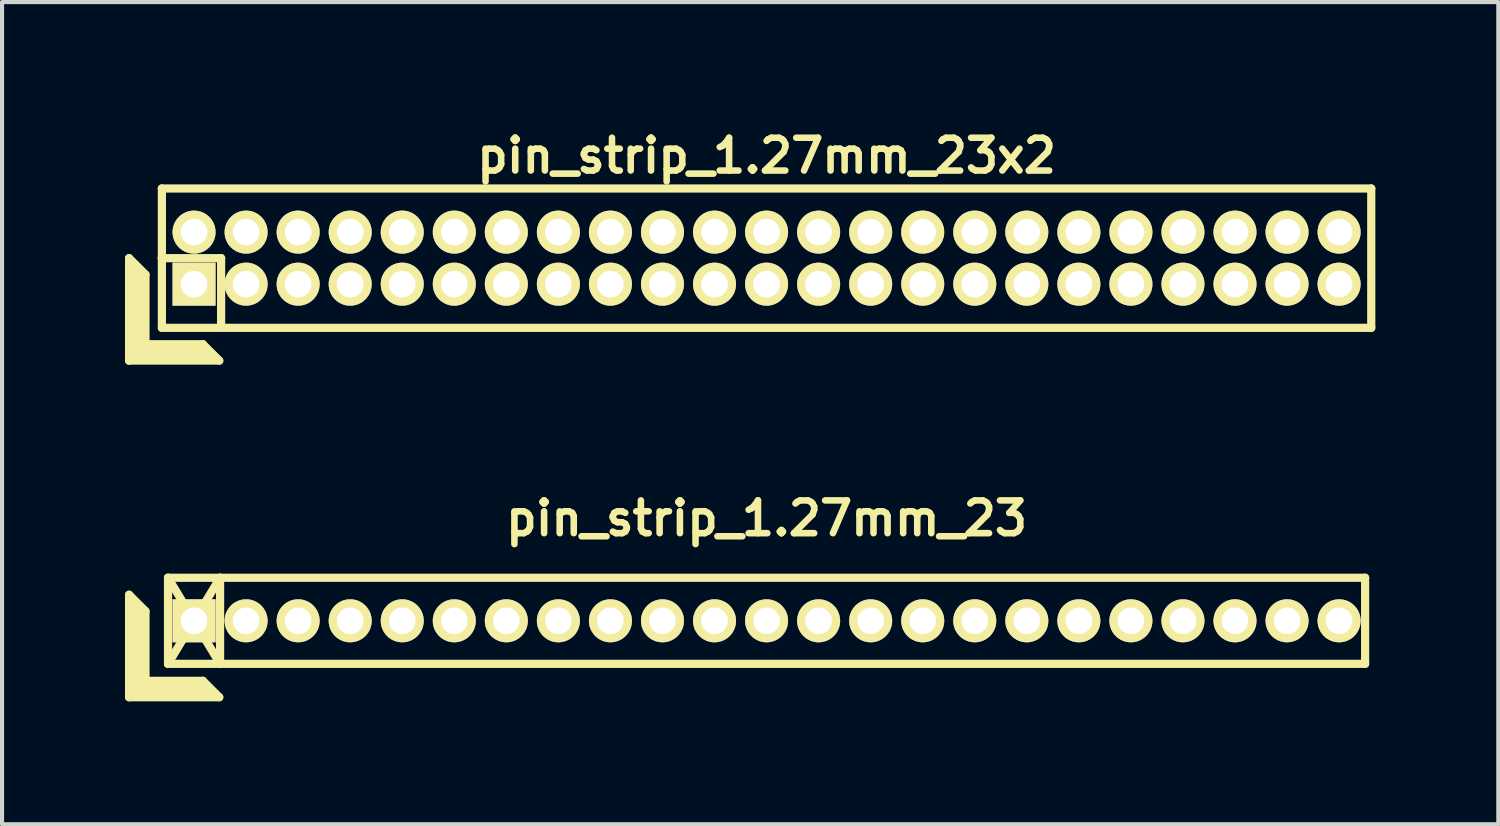
<source format=kicad_pcb>
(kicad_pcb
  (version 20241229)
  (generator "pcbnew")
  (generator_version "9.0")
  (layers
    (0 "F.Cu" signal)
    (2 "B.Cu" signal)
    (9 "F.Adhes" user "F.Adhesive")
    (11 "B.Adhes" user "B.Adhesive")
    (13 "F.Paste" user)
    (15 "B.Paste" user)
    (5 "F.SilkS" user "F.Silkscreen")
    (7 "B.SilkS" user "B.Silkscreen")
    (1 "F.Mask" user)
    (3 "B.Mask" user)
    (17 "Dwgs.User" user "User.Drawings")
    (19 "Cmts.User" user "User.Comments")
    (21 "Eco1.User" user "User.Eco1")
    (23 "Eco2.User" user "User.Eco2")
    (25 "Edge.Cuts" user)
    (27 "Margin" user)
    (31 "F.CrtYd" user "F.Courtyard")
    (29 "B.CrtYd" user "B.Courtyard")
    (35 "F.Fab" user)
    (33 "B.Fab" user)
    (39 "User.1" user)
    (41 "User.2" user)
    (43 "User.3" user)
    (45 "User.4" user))
  (footprint "pin_strip_1.27mm_23"
    (layer "F.Cu")
    (at 15.655 12.098)
    (property "Reference" "pin_strip_1.27mm_23" (at 0 -2.5 0) (layer "F.SilkS") (effects (font (size 0.8 0.8) (thickness 0.16))))
    (attr through_hole)
    (fp_line (start -15.555 -0.635) (end -15.555 1.865) (stroke (width 0.2) (type solid)) (layer "F.SilkS"))
    (fp_line (start -15.555 -0.635) (end -15.155 -0.235) (stroke (width 0.2) (type solid)) (layer "F.SilkS"))
    (fp_line (start -15.555 1.865) (end -13.355 1.865) (stroke (width 0.2) (type solid)) (layer "F.SilkS"))
    (fp_line (start -15.455 1.765) (end -15.455 -0.435) (stroke (width 0.2) (type solid)) (layer "F.SilkS"))
    (fp_line (start -15.455 1.765) (end -13.555 1.765) (stroke (width 0.2) (type solid)) (layer "F.SilkS"))
    (fp_line (start -15.355 1.665) (end -15.355 -0.335) (stroke (width 0.2) (type solid)) (layer "F.SilkS"))
    (fp_line (start -15.355 1.665) (end -13.655 1.665) (stroke (width 0.2) (type solid)) (layer "F.SilkS"))
    (fp_line (start -15.255 1.565) (end -15.255 -0.235) (stroke (width 0.2) (type solid)) (layer "F.SilkS"))
    (fp_line (start -15.255 1.565) (end -13.755 1.565) (stroke (width 0.2) (type solid)) (layer "F.SilkS"))
    (fp_line (start -15.155 1.465) (end -15.155 -0.235) (stroke (width 0.2) (type solid)) (layer "F.SilkS"))
    (fp_line (start -15.155 1.465) (end -13.755 1.465) (stroke (width 0.2) (type solid)) (layer "F.SilkS"))
    (fp_line (start -14.605 -1.05) (end -13.335 1.05) (stroke (width 0.2) (type solid)) (layer "F.SilkS"))
    (fp_line (start -14.605 -1.05) (end 14.605 -1.05) (stroke (width 0.2) (type solid)) (layer "F.SilkS"))
    (fp_line (start -14.605 1.05) (end -14.605 -1.05) (stroke (width 0.2) (type solid)) (layer "F.SilkS"))
    (fp_line (start -14.605 1.05) (end -13.335 -1.05) (stroke (width 0.2) (type solid)) (layer "F.SilkS"))
    (fp_line (start -13.755 1.465) (end -13.355 1.865) (stroke (width 0.2) (type solid)) (layer "F.SilkS"))
    (fp_line (start -13.335 -1.05) (end -13.335 1.05) (stroke (width 0.2) (type solid)) (layer "F.SilkS"))
    (fp_line (start 14.605 -1.05) (end 14.605 1.05) (stroke (width 0.2) (type solid)) (layer "F.SilkS"))
    (fp_line (start 14.605 1.05) (end -14.605 1.05) (stroke (width 0.2) (type solid)) (layer "F.SilkS"))
    (pad "1" thru_hole rect (at -13.97 0) (size 1.05 1.05) (drill 0.65) (layers "*.Cu" "*.Mask" "F.SilkS"))
    (pad "2" thru_hole oval (at -12.7 0) (size 1.05 1.05) (drill 0.65) (layers "*.Cu" "*.Mask" "F.SilkS"))
    (pad "3" thru_hole oval (at -11.43 0) (size 1.05 1.05) (drill 0.65) (layers "*.Cu" "*.Mask" "F.SilkS"))
    (pad "4" thru_hole oval (at -10.16 0) (size 1.05 1.05) (drill 0.65) (layers "*.Cu" "*.Mask" "F.SilkS"))
    (pad "5" thru_hole oval (at -8.89 0) (size 1.05 1.05) (drill 0.65) (layers "*.Cu" "*.Mask" "F.SilkS"))
    (pad "6" thru_hole oval (at -7.62 0) (size 1.05 1.05) (drill 0.65) (layers "*.Cu" "*.Mask" "F.SilkS"))
    (pad "7" thru_hole oval (at -6.35 0) (size 1.05 1.05) (drill 0.65) (layers "*.Cu" "*.Mask" "F.SilkS"))
    (pad "8" thru_hole oval (at -5.08 0) (size 1.05 1.05) (drill 0.65) (layers "*.Cu" "*.Mask" "F.SilkS"))
    (pad "9" thru_hole oval (at -3.81 0) (size 1.05 1.05) (drill 0.65) (layers "*.Cu" "*.Mask" "F.SilkS"))
    (pad "10" thru_hole oval (at -2.54 0) (size 1.05 1.05) (drill 0.65) (layers "*.Cu" "*.Mask" "F.SilkS"))
    (pad "11" thru_hole oval (at -1.27 0) (size 1.05 1.05) (drill 0.65) (layers "*.Cu" "*.Mask" "F.SilkS"))
    (pad "12" thru_hole oval (at 0 0) (size 1.05 1.05) (drill 0.65) (layers "*.Cu" "*.Mask" "F.SilkS"))
    (pad "13" thru_hole oval (at 1.27 0) (size 1.05 1.05) (drill 0.65) (layers "*.Cu" "*.Mask" "F.SilkS"))
    (pad "14" thru_hole oval (at 2.54 0) (size 1.05 1.05) (drill 0.65) (layers "*.Cu" "*.Mask" "F.SilkS"))
    (pad "15" thru_hole oval (at 3.81 0) (size 1.05 1.05) (drill 0.65) (layers "*.Cu" "*.Mask" "F.SilkS"))
    (pad "16" thru_hole oval (at 5.08 0) (size 1.05 1.05) (drill 0.65) (layers "*.Cu" "*.Mask" "F.SilkS"))
    (pad "17" thru_hole oval (at 6.35 0) (size 1.05 1.05) (drill 0.65) (layers "*.Cu" "*.Mask" "F.SilkS"))
    (pad "18" thru_hole oval (at 7.62 0) (size 1.05 1.05) (drill 0.65) (layers "*.Cu" "*.Mask" "F.SilkS"))
    (pad "19" thru_hole oval (at 8.89 0) (size 1.05 1.05) (drill 0.65) (layers "*.Cu" "*.Mask" "F.SilkS"))
    (pad "20" thru_hole oval (at 10.16 0) (size 1.05 1.05) (drill 0.65) (layers "*.Cu" "*.Mask" "F.SilkS"))
    (pad "21" thru_hole oval (at 11.43 0) (size 1.05 1.05) (drill 0.65) (layers "*.Cu" "*.Mask" "F.SilkS"))
    (pad "22" thru_hole oval (at 12.7 0) (size 1.05 1.05) (drill 0.65) (layers "*.Cu" "*.Mask" "F.SilkS"))
    (pad "23" thru_hole oval (at 13.97 0) (size 1.05 1.05) (drill 0.65) (layers "*.Cu" "*.Mask" "F.SilkS")))
  (footprint "pin_strip_1.27mm_23x2"
    (layer "F.Cu")
    (at 15.655 3.249)
    (property "Reference" "pin_strip_1.27mm_23x2" (at 0 -2.5 0) (layer "F.SilkS") (effects (font (size 0.8 0.8) (thickness 0.16))))
    (attr through_hole)
    (fp_line (start -15.555 0) (end -15.555 2.5) (stroke (width 0.2) (type solid)) (layer "F.SilkS"))
    (fp_line (start -15.555 0) (end -15.155 0.4) (stroke (width 0.2) (type solid)) (layer "F.SilkS"))
    (fp_line (start -15.555 2.5) (end -13.355 2.5) (stroke (width 0.2) (type solid)) (layer "F.SilkS"))
    (fp_line (start -15.455 2.4) (end -15.455 0.2) (stroke (width 0.2) (type solid)) (layer "F.SilkS"))
    (fp_line (start -15.455 2.4) (end -13.555 2.4) (stroke (width 0.2) (type solid)) (layer "F.SilkS"))
    (fp_line (start -15.355 2.3) (end -15.355 0.3) (stroke (width 0.2) (type solid)) (layer "F.SilkS"))
    (fp_line (start -15.355 2.3) (end -13.655 2.3) (stroke (width 0.2) (type solid)) (layer "F.SilkS"))
    (fp_line (start -15.255 2.2) (end -15.255 0.4) (stroke (width 0.2) (type solid)) (layer "F.SilkS"))
    (fp_line (start -15.255 2.2) (end -13.755 2.2) (stroke (width 0.2) (type solid)) (layer "F.SilkS"))
    (fp_line (start -15.155 2.1) (end -15.155 0.4) (stroke (width 0.2) (type solid)) (layer "F.SilkS"))
    (fp_line (start -15.155 2.1) (end -13.755 2.1) (stroke (width 0.2) (type solid)) (layer "F.SilkS"))
    (fp_line (start -14.76 0) (end -13.31 0) (stroke (width 0.2) (type solid)) (layer "F.SilkS"))
    (fp_line (start -14.755 -1.7) (end 14.755 -1.7) (stroke (width 0.2) (type solid)) (layer "F.SilkS"))
    (fp_line (start -14.755 1.7) (end -14.755 -1.7) (stroke (width 0.2) (type solid)) (layer "F.SilkS"))
    (fp_line (start -13.755 2.1) (end -13.355 2.5) (stroke (width 0.2) (type solid)) (layer "F.SilkS"))
    (fp_line (start -13.31 0) (end -13.31 1.7) (stroke (width 0.2) (type solid)) (layer "F.SilkS"))
    (fp_line (start 14.755 -1.7) (end 14.755 1.7) (stroke (width 0.2) (type solid)) (layer "F.SilkS"))
    (fp_line (start 14.755 1.7) (end -14.755 1.7) (stroke (width 0.2) (type solid)) (layer "F.SilkS"))
    (pad "1" thru_hole rect (at -13.97 0.635) (size 1.05 1.05) (drill 0.65) (layers "*.Cu" "*.Mask" "F.SilkS"))
    (pad "2" thru_hole oval (at -13.97 -0.635) (size 1.05 1.05) (drill 0.65) (layers "*.Cu" "*.Mask" "F.SilkS"))
    (pad "3" thru_hole oval (at -12.7 0.635) (size 1.05 1.05) (drill 0.65) (layers "*.Cu" "*.Mask" "F.SilkS"))
    (pad "4" thru_hole oval (at -12.7 -0.635) (size 1.05 1.05) (drill 0.65) (layers "*.Cu" "*.Mask" "F.SilkS"))
    (pad "5" thru_hole oval (at -11.43 0.635) (size 1.05 1.05) (drill 0.65) (layers "*.Cu" "*.Mask" "F.SilkS"))
    (pad "6" thru_hole oval (at -11.43 -0.635) (size 1.05 1.05) (drill 0.65) (layers "*.Cu" "*.Mask" "F.SilkS"))
    (pad "7" thru_hole oval (at -10.16 0.635) (size 1.05 1.05) (drill 0.65) (layers "*.Cu" "*.Mask" "F.SilkS"))
    (pad "8" thru_hole oval (at -10.16 -0.635) (size 1.05 1.05) (drill 0.65) (layers "*.Cu" "*.Mask" "F.SilkS"))
    (pad "9" thru_hole oval (at -8.89 0.635) (size 1.05 1.05) (drill 0.65) (layers "*.Cu" "*.Mask" "F.SilkS"))
    (pad "10" thru_hole oval (at -8.89 -0.635) (size 1.05 1.05) (drill 0.65) (layers "*.Cu" "*.Mask" "F.SilkS"))
    (pad "11" thru_hole oval (at -7.62 0.635) (size 1.05 1.05) (drill 0.65) (layers "*.Cu" "*.Mask" "F.SilkS"))
    (pad "12" thru_hole oval (at -7.62 -0.635) (size 1.05 1.05) (drill 0.65) (layers "*.Cu" "*.Mask" "F.SilkS"))
    (pad "13" thru_hole oval (at -6.35 0.635) (size 1.05 1.05) (drill 0.65) (layers "*.Cu" "*.Mask" "F.SilkS"))
    (pad "14" thru_hole oval (at -6.35 -0.635) (size 1.05 1.05) (drill 0.65) (layers "*.Cu" "*.Mask" "F.SilkS"))
    (pad "15" thru_hole oval (at -5.08 0.635) (size 1.05 1.05) (drill 0.65) (layers "*.Cu" "*.Mask" "F.SilkS"))
    (pad "16" thru_hole oval (at -5.08 -0.635) (size 1.05 1.05) (drill 0.65) (layers "*.Cu" "*.Mask" "F.SilkS"))
    (pad "17" thru_hole oval (at -3.81 0.635) (size 1.05 1.05) (drill 0.65) (layers "*.Cu" "*.Mask" "F.SilkS"))
    (pad "18" thru_hole oval (at -3.81 -0.635) (size 1.05 1.05) (drill 0.65) (layers "*.Cu" "*.Mask" "F.SilkS"))
    (pad "19" thru_hole oval (at -2.54 0.635) (size 1.05 1.05) (drill 0.65) (layers "*.Cu" "*.Mask" "F.SilkS"))
    (pad "20" thru_hole oval (at -2.54 -0.635) (size 1.05 1.05) (drill 0.65) (layers "*.Cu" "*.Mask" "F.SilkS"))
    (pad "21" thru_hole oval (at -1.27 0.635) (size 1.05 1.05) (drill 0.65) (layers "*.Cu" "*.Mask" "F.SilkS"))
    (pad "22" thru_hole oval (at -1.27 -0.635) (size 1.05 1.05) (drill 0.65) (layers "*.Cu" "*.Mask" "F.SilkS"))
    (pad "23" thru_hole oval (at 0 0.635) (size 1.05 1.05) (drill 0.65) (layers "*.Cu" "*.Mask" "F.SilkS"))
    (pad "24" thru_hole oval (at 0 -0.635) (size 1.05 1.05) (drill 0.65) (layers "*.Cu" "*.Mask" "F.SilkS"))
    (pad "25" thru_hole oval (at 1.27 0.635) (size 1.05 1.05) (drill 0.65) (layers "*.Cu" "*.Mask" "F.SilkS"))
    (pad "26" thru_hole oval (at 1.27 -0.635) (size 1.05 1.05) (drill 0.65) (layers "*.Cu" "*.Mask" "F.SilkS"))
    (pad "27" thru_hole oval (at 2.54 0.635) (size 1.05 1.05) (drill 0.65) (layers "*.Cu" "*.Mask" "F.SilkS"))
    (pad "28" thru_hole oval (at 2.54 -0.635) (size 1.05 1.05) (drill 0.65) (layers "*.Cu" "*.Mask" "F.SilkS"))
    (pad "29" thru_hole oval (at 3.81 0.635) (size 1.05 1.05) (drill 0.65) (layers "*.Cu" "*.Mask" "F.SilkS"))
    (pad "30" thru_hole oval (at 3.81 -0.635) (size 1.05 1.05) (drill 0.65) (layers "*.Cu" "*.Mask" "F.SilkS"))
    (pad "31" thru_hole oval (at 5.08 0.635) (size 1.05 1.05) (drill 0.65) (layers "*.Cu" "*.Mask" "F.SilkS"))
    (pad "32" thru_hole oval (at 5.08 -0.635) (size 1.05 1.05) (drill 0.65) (layers "*.Cu" "*.Mask" "F.SilkS"))
    (pad "33" thru_hole oval (at 6.35 0.635) (size 1.05 1.05) (drill 0.65) (layers "*.Cu" "*.Mask" "F.SilkS"))
    (pad "34" thru_hole oval (at 6.35 -0.635) (size 1.05 1.05) (drill 0.65) (layers "*.Cu" "*.Mask" "F.SilkS"))
    (pad "35" thru_hole oval (at 7.62 0.635) (size 1.05 1.05) (drill 0.65) (layers "*.Cu" "*.Mask" "F.SilkS"))
    (pad "36" thru_hole oval (at 7.62 -0.635) (size 1.05 1.05) (drill 0.65) (layers "*.Cu" "*.Mask" "F.SilkS"))
    (pad "37" thru_hole oval (at 8.89 0.635) (size 1.05 1.05) (drill 0.65) (layers "*.Cu" "*.Mask" "F.SilkS"))
    (pad "38" thru_hole oval (at 8.89 -0.635) (size 1.05 1.05) (drill 0.65) (layers "*.Cu" "*.Mask" "F.SilkS"))
    (pad "39" thru_hole oval (at 10.16 0.635) (size 1.05 1.05) (drill 0.65) (layers "*.Cu" "*.Mask" "F.SilkS"))
    (pad "40" thru_hole oval (at 10.16 -0.635) (size 1.05 1.05) (drill 0.65) (layers "*.Cu" "*.Mask" "F.SilkS"))
    (pad "41" thru_hole oval (at 11.43 0.635) (size 1.05 1.05) (drill 0.65) (layers "*.Cu" "*.Mask" "F.SilkS"))
    (pad "42" thru_hole oval (at 11.43 -0.635) (size 1.05 1.05) (drill 0.65) (layers "*.Cu" "*.Mask" "F.SilkS"))
    (pad "43" thru_hole oval (at 12.7 0.635) (size 1.05 1.05) (drill 0.65) (layers "*.Cu" "*.Mask" "F.SilkS"))
    (pad "44" thru_hole oval (at 12.7 -0.635) (size 1.05 1.05) (drill 0.65) (layers "*.Cu" "*.Mask" "F.SilkS"))
    (pad "45" thru_hole oval (at 13.97 0.635) (size 1.05 1.05) (drill 0.65) (layers "*.Cu" "*.Mask" "F.SilkS"))
    (pad "46" thru_hole oval (at 13.97 -0.635) (size 1.05 1.05) (drill 0.65) (layers "*.Cu" "*.Mask" "F.SilkS")))
  (gr_rect
    (start -3 -3)
    (end 33.51 17.063)
    (stroke (width 0.1) (type default))
    (fill no)
    (layer "Edge.Cuts")))
</source>
